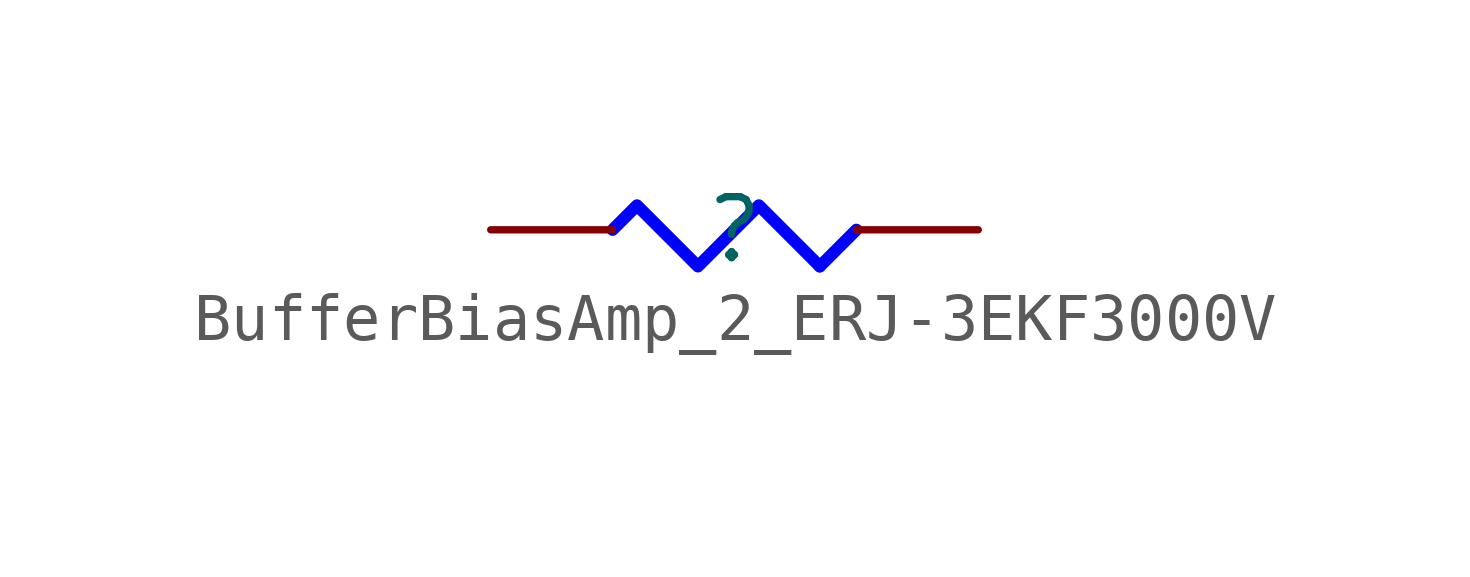
<source format=kicad_sym>
(kicad_symbol_lib
  (version 20220914)
  (generator kicad_symbol_editor)
  (symbol "BufferBiasAmp_2_ERJ-3EKF3000V"
    (property "Reference" ""
      (at 0 0 0)
      (effects (font (size 1.27 1.27))))
    (property "Value" ""
      (at 0 0 0)
      (effects (font (size 1.27 1.27))))
    (symbol "BufferBiasAmp_2_ERJ-3EKF3000V_1_0"
      (polyline (pts (xy 1.778 -0.762) (xy 2.54 0)) (stroke (width 0.254) (type solid) (color 0 0 255 1)) (fill (type none)))
      (polyline (pts (xy 1.778 -0.762) (xy 0.508 0.508) (xy -0.762 -0.762) (xy -2.032 0.508) (xy -2.54 0)) (stroke (width 0.254) (type solid) (color 0 0 255 1)) (fill (type none)))
      (pin passive line (at 5.08 0 180) (length 2.54) (name "1" (effects (font (size 0 0)))) (number "1" (effects (font (size 0 0)))))
      (pin passive line (at -5.08 0 0) (length 2.54) (name "2" (effects (font (size 0 0)))) (number "2" (effects (font (size 0 0))))))))
</source>
